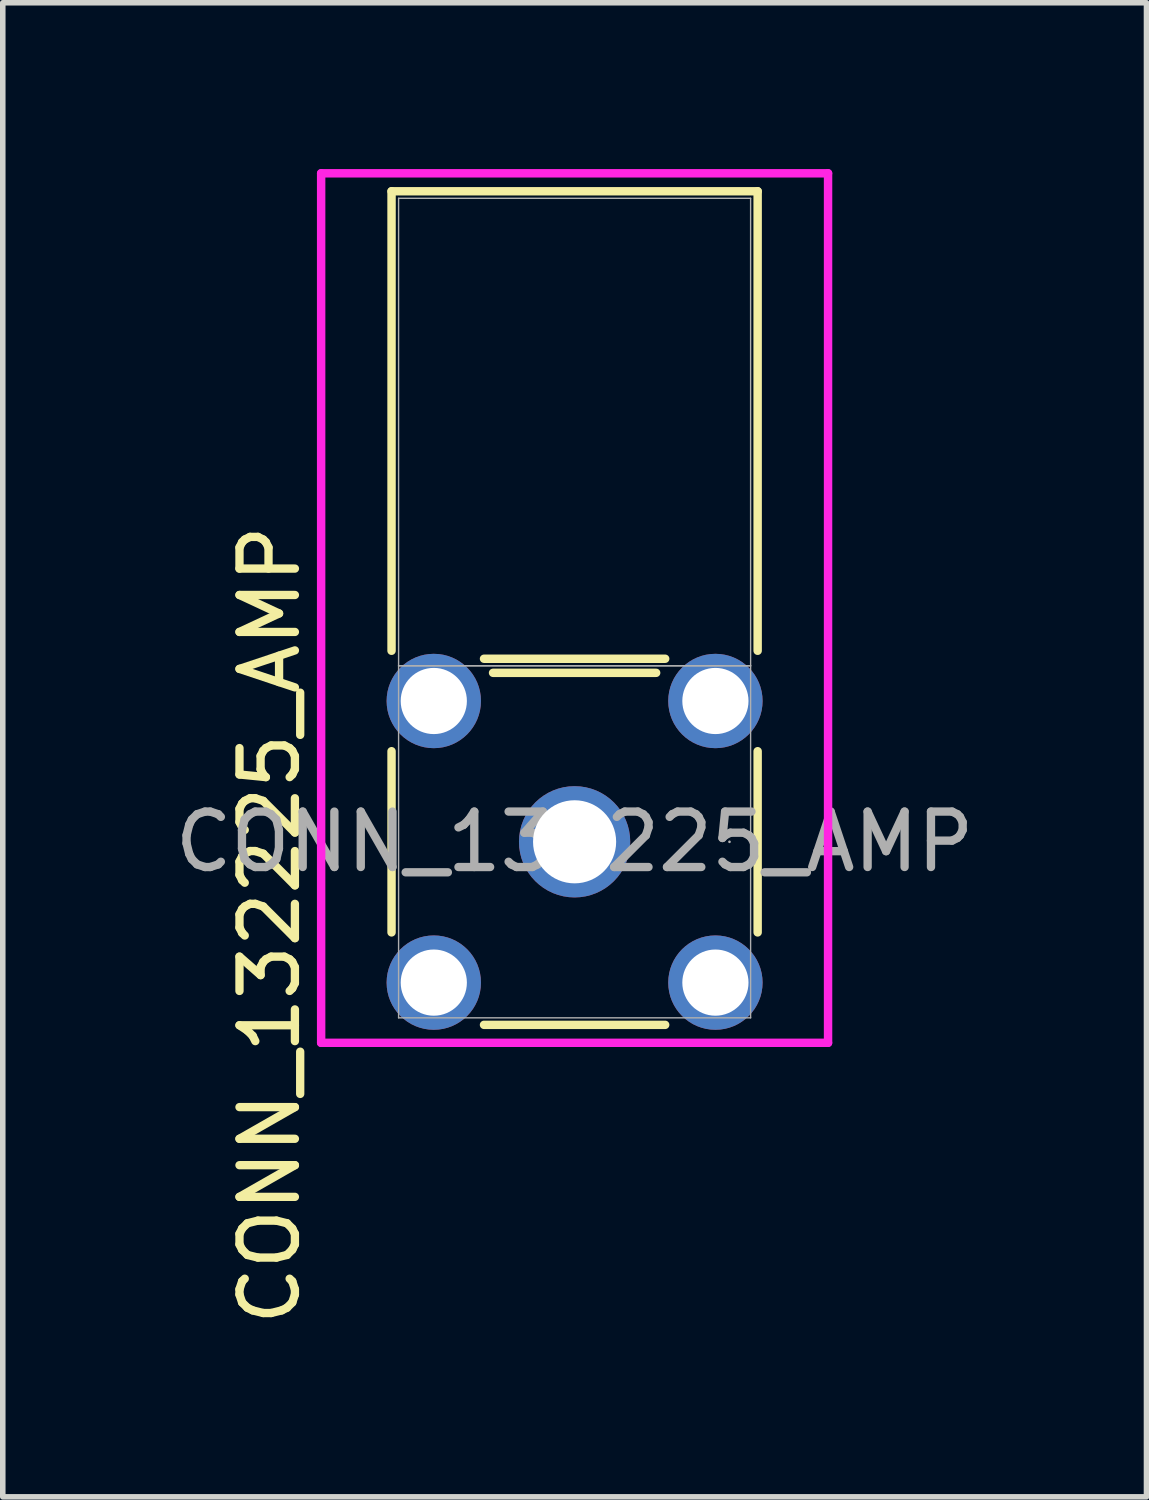
<source format=kicad_pcb>
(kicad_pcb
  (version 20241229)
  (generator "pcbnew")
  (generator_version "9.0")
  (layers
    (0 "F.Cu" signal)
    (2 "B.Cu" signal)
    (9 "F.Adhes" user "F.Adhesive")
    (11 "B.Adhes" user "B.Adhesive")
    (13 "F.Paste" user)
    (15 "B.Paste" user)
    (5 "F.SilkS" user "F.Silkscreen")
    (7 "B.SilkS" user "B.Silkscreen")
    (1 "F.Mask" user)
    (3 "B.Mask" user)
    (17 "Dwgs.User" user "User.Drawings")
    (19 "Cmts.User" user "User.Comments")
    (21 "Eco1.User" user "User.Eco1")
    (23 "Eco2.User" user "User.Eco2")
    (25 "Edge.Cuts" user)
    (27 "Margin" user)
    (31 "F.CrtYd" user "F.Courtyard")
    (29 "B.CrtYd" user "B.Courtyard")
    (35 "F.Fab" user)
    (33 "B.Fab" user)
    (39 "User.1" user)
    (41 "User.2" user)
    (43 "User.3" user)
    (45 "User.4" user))
  (footprint "CONN_132225_AMP"
    (layer "F.Cu")
    (at 7.315 12.135)
    (property "Reference" "CONN_132225_AMP" (at -5.5 1.5 90) (unlocked yes) (layer "F.SilkS") (effects (font (size 1 1) (thickness 0.15))))
    (attr through_hole)
    (fp_line (start -3.302 -11.735) (end -3.302 -3.446) (stroke (width 0.152) (type solid)) (layer "F.SilkS"))
    (fp_line (start -3.302 -1.634) (end -3.302 1.634) (stroke (width 0.152) (type solid)) (layer "F.SilkS"))
    (fp_line (start -1.634 3.302) (end 1.634 3.302) (stroke (width 0.152) (type solid)) (layer "F.SilkS"))
    (fp_line (start -1.471 -3.048) (end 1.471 -3.048) (stroke (width 0.152) (type solid)) (layer "F.SilkS"))
    (fp_line (start 1.634 -3.302) (end -1.634 -3.302) (stroke (width 0.152) (type solid)) (layer "F.SilkS"))
    (fp_line (start 3.302 -11.735) (end -3.302 -11.735) (stroke (width 0.152) (type solid)) (layer "F.SilkS"))
    (fp_line (start 3.302 -3.446) (end 3.302 -11.735) (stroke (width 0.152) (type solid)) (layer "F.SilkS"))
    (fp_line (start 3.302 1.634) (end 3.302 -1.634) (stroke (width 0.152) (type solid)) (layer "F.SilkS"))
    (fp_line (start -4.572 -12.059) (end 4.572 -12.059) (stroke (width 0.152) (type solid)) (layer "F.CrtYd"))
    (fp_line (start -4.572 3.626) (end -4.572 -12.059) (stroke (width 0.152) (type solid)) (layer "F.CrtYd"))
    (fp_line (start 4.572 -12.059) (end 4.572 3.626) (stroke (width 0.152) (type solid)) (layer "F.CrtYd"))
    (fp_line (start 4.572 3.626) (end -4.572 3.626) (stroke (width 0.152) (type solid)) (layer "F.CrtYd"))
    (fp_line (start -3.175 -11.608) (end -3.175 -3.175) (stroke (width 0.025) (type solid)) (layer "F.Fab"))
    (fp_line (start -3.175 -3.175) (end -3.175 3.175) (stroke (width 0.025) (type solid)) (layer "F.Fab"))
    (fp_line (start -3.175 -3.175) (end 3.175 -3.175) (stroke (width 0.025) (type solid)) (layer "F.Fab"))
    (fp_line (start -3.175 3.175) (end 3.175 3.175) (stroke (width 0.025) (type solid)) (layer "F.Fab"))
    (fp_line (start 3.175 -11.608) (end -3.175 -11.608) (stroke (width 0.025) (type solid)) (layer "F.Fab"))
    (fp_line (start 3.175 -3.175) (end -3.175 -3.175) (stroke (width 0.025) (type solid)) (layer "F.Fab"))
    (fp_line (start 3.175 -3.175) (end 3.175 -11.608) (stroke (width 0.025) (type solid)) (layer "F.Fab"))
    (fp_line (start 3.175 3.175) (end 3.175 -3.175) (stroke (width 0.025) (type solid)) (layer "F.Fab"))
    (fp_circle (center 2.794 0) (end 2.794 0) (stroke (width 0.025) (type solid)) (fill no) (layer "F.Fab"))
    (fp_text user "${REFERENCE}" (at 0 0 0) (unlocked yes) (layer "F.Fab") (effects (font (size 1 1) (thickness 0.15))))
    (pad "1" thru_hole circle (at 0 0) (size 2.007 2.007) (drill 1.499) (layers "*.Cu" "*.Mask"))
    (pad "2" thru_hole circle (at -2.54 -2.54) (size 1.702 1.702) (drill 1.194) (layers "*.Cu" "*.Mask"))
    (pad "2" thru_hole circle (at -2.54 2.54) (size 1.702 1.702) (drill 1.194) (layers "*.Cu" "*.Mask"))
    (pad "2" thru_hole circle (at 2.54 -2.54) (size 1.702 1.702) (drill 1.194) (layers "*.Cu" "*.Mask"))
    (pad "2" thru_hole circle (at 2.54 2.54) (size 1.702 1.702) (drill 1.194) (layers "*.Cu" "*.Mask")))
  (gr_rect
    (start -3 -3)
    (end 17.631 23.951)
    (stroke (width 0.1) (type default))
    (fill no)
    (layer "Edge.Cuts")))
</source>
